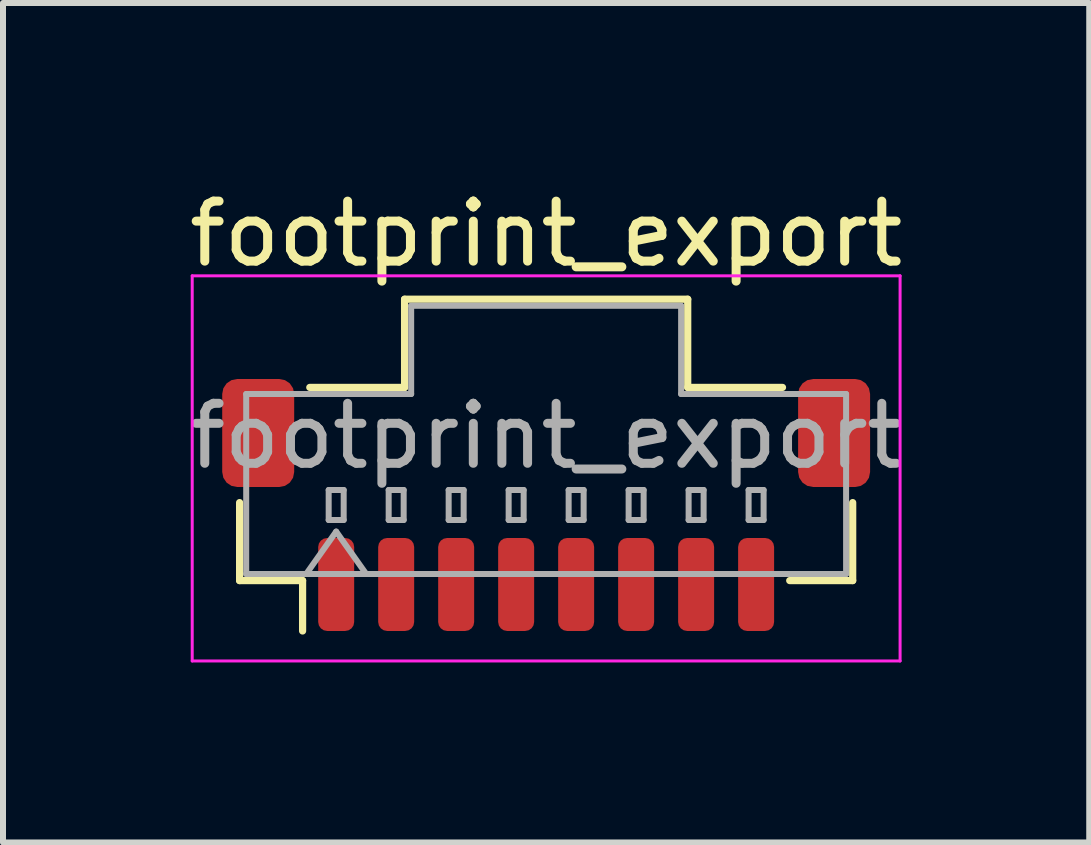
<source format=kicad_pcb>
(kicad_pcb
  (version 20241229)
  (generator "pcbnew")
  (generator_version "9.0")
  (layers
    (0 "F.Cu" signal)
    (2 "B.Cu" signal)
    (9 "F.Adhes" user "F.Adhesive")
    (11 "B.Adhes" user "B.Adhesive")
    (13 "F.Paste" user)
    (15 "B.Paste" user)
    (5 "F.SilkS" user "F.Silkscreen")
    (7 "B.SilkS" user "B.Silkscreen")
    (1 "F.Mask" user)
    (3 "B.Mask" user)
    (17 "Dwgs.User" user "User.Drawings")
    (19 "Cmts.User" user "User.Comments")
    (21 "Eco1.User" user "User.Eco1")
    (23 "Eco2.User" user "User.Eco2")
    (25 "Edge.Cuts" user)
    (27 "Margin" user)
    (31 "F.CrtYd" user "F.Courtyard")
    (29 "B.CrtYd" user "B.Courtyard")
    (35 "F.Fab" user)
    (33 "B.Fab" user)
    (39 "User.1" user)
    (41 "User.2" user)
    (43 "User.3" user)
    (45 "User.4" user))
  (footprint "footprint_export"
    (layer "F.Cu")
    (at 6.054 5.368)
    (property "Reference" "footprint_export" (at 0 -4.52 0) (layer "F.SilkS") (effects (font (size 1 1) (thickness 0.15))))
    (attr smd)
    (fp_line (start -5.11 -0.04) (end -5.11 1.26) (stroke (width 0.12) (type solid)) (layer "F.SilkS"))
    (fp_line (start -5.11 1.26) (end -4.06 1.26) (stroke (width 0.12) (type solid)) (layer "F.SilkS"))
    (fp_line (start -4.06 1.26) (end -4.06 2.1) (stroke (width 0.12) (type solid)) (layer "F.SilkS"))
    (fp_line (start -3.94 -1.96) (end -2.36 -1.96) (stroke (width 0.12) (type solid)) (layer "F.SilkS"))
    (fp_line (start -2.36 -3.43) (end 2.36 -3.43) (stroke (width 0.12) (type solid)) (layer "F.SilkS"))
    (fp_line (start -2.36 -1.96) (end -2.36 -3.43) (stroke (width 0.12) (type solid)) (layer "F.SilkS"))
    (fp_line (start 2.36 -3.43) (end 2.36 -1.96) (stroke (width 0.12) (type solid)) (layer "F.SilkS"))
    (fp_line (start 2.36 -1.96) (end 3.94 -1.96) (stroke (width 0.12) (type solid)) (layer "F.SilkS"))
    (fp_line (start 5.11 -0.04) (end 5.11 1.26) (stroke (width 0.12) (type solid)) (layer "F.SilkS"))
    (fp_line (start 5.11 1.26) (end 4.06 1.26) (stroke (width 0.12) (type solid)) (layer "F.SilkS"))
    (fp_line (start -5.9 -3.82) (end -5.9 2.6) (stroke (width 0.05) (type solid)) (layer "F.CrtYd"))
    (fp_line (start -5.9 2.6) (end 5.9 2.6) (stroke (width 0.05) (type solid)) (layer "F.CrtYd"))
    (fp_line (start 5.9 -3.82) (end -5.9 -3.82) (stroke (width 0.05) (type solid)) (layer "F.CrtYd"))
    (fp_line (start 5.9 2.6) (end 5.9 -3.82) (stroke (width 0.05) (type solid)) (layer "F.CrtYd"))
    (fp_line (start -5 -1.85) (end -2.25 -1.85) (stroke (width 0.1) (type solid)) (layer "F.Fab"))
    (fp_line (start -5 1.15) (end -5 -1.85) (stroke (width 0.1) (type solid)) (layer "F.Fab"))
    (fp_line (start -5 1.15) (end 5 1.15) (stroke (width 0.1) (type solid)) (layer "F.Fab"))
    (fp_line (start -4 1.15) (end -3.5 0.443) (stroke (width 0.1) (type solid)) (layer "F.Fab"))
    (fp_line (start -3.625 -0.25) (end -3.625 0.25) (stroke (width 0.1) (type solid)) (layer "F.Fab"))
    (fp_line (start -3.625 0.25) (end -3.375 0.25) (stroke (width 0.1) (type solid)) (layer "F.Fab"))
    (fp_line (start -3.5 0.443) (end -3 1.15) (stroke (width 0.1) (type solid)) (layer "F.Fab"))
    (fp_line (start -3.375 -0.25) (end -3.625 -0.25) (stroke (width 0.1) (type solid)) (layer "F.Fab"))
    (fp_line (start -3.375 0.25) (end -3.375 -0.25) (stroke (width 0.1) (type solid)) (layer "F.Fab"))
    (fp_line (start -2.625 -0.25) (end -2.625 0.25) (stroke (width 0.1) (type solid)) (layer "F.Fab"))
    (fp_line (start -2.625 0.25) (end -2.375 0.25) (stroke (width 0.1) (type solid)) (layer "F.Fab"))
    (fp_line (start -2.375 -0.25) (end -2.625 -0.25) (stroke (width 0.1) (type solid)) (layer "F.Fab"))
    (fp_line (start -2.375 0.25) (end -2.375 -0.25) (stroke (width 0.1) (type solid)) (layer "F.Fab"))
    (fp_line (start -2.25 -3.32) (end 2.25 -3.32) (stroke (width 0.1) (type solid)) (layer "F.Fab"))
    (fp_line (start -2.25 -1.85) (end -2.25 -3.32) (stroke (width 0.1) (type solid)) (layer "F.Fab"))
    (fp_line (start -1.625 -0.25) (end -1.625 0.25) (stroke (width 0.1) (type solid)) (layer "F.Fab"))
    (fp_line (start -1.625 0.25) (end -1.375 0.25) (stroke (width 0.1) (type solid)) (layer "F.Fab"))
    (fp_line (start -1.375 -0.25) (end -1.625 -0.25) (stroke (width 0.1) (type solid)) (layer "F.Fab"))
    (fp_line (start -1.375 0.25) (end -1.375 -0.25) (stroke (width 0.1) (type solid)) (layer "F.Fab"))
    (fp_line (start -0.625 -0.25) (end -0.625 0.25) (stroke (width 0.1) (type solid)) (layer "F.Fab"))
    (fp_line (start -0.625 0.25) (end -0.375 0.25) (stroke (width 0.1) (type solid)) (layer "F.Fab"))
    (fp_line (start -0.375 -0.25) (end -0.625 -0.25) (stroke (width 0.1) (type solid)) (layer "F.Fab"))
    (fp_line (start -0.375 0.25) (end -0.375 -0.25) (stroke (width 0.1) (type solid)) (layer "F.Fab"))
    (fp_line (start 0.375 -0.25) (end 0.375 0.25) (stroke (width 0.1) (type solid)) (layer "F.Fab"))
    (fp_line (start 0.375 0.25) (end 0.625 0.25) (stroke (width 0.1) (type solid)) (layer "F.Fab"))
    (fp_line (start 0.625 -0.25) (end 0.375 -0.25) (stroke (width 0.1) (type solid)) (layer "F.Fab"))
    (fp_line (start 0.625 0.25) (end 0.625 -0.25) (stroke (width 0.1) (type solid)) (layer "F.Fab"))
    (fp_line (start 1.375 -0.25) (end 1.375 0.25) (stroke (width 0.1) (type solid)) (layer "F.Fab"))
    (fp_line (start 1.375 0.25) (end 1.625 0.25) (stroke (width 0.1) (type solid)) (layer "F.Fab"))
    (fp_line (start 1.625 -0.25) (end 1.375 -0.25) (stroke (width 0.1) (type solid)) (layer "F.Fab"))
    (fp_line (start 1.625 0.25) (end 1.625 -0.25) (stroke (width 0.1) (type solid)) (layer "F.Fab"))
    (fp_line (start 2.25 -3.32) (end 2.25 -1.85) (stroke (width 0.1) (type solid)) (layer "F.Fab"))
    (fp_line (start 2.25 -1.85) (end 5 -1.85) (stroke (width 0.1) (type solid)) (layer "F.Fab"))
    (fp_line (start 2.375 -0.25) (end 2.375 0.25) (stroke (width 0.1) (type solid)) (layer "F.Fab"))
    (fp_line (start 2.375 0.25) (end 2.625 0.25) (stroke (width 0.1) (type solid)) (layer "F.Fab"))
    (fp_line (start 2.625 -0.25) (end 2.375 -0.25) (stroke (width 0.1) (type solid)) (layer "F.Fab"))
    (fp_line (start 2.625 0.25) (end 2.625 -0.25) (stroke (width 0.1) (type solid)) (layer "F.Fab"))
    (fp_line (start 3.375 -0.25) (end 3.375 0.25) (stroke (width 0.1) (type solid)) (layer "F.Fab"))
    (fp_line (start 3.375 0.25) (end 3.625 0.25) (stroke (width 0.1) (type solid)) (layer "F.Fab"))
    (fp_line (start 3.625 -0.25) (end 3.375 -0.25) (stroke (width 0.1) (type solid)) (layer "F.Fab"))
    (fp_line (start 3.625 0.25) (end 3.625 -0.25) (stroke (width 0.1) (type solid)) (layer "F.Fab"))
    (fp_line (start 5 1.15) (end 5 -1.85) (stroke (width 0.1) (type solid)) (layer "F.Fab"))
    (fp_text user "${REFERENCE}" (at 0 -1.15 0) (layer "F.Fab") (effects (font (size 1 1) (thickness 0.15))))
    (pad "1" smd roundrect (at -3.5 1.325) (size 0.6 1.55) (layers "F.Cu" "F.Mask" "F.Paste") (roundrect_rratio 0.25))
    (pad "2" smd roundrect (at -2.5 1.325) (size 0.6 1.55) (layers "F.Cu" "F.Mask" "F.Paste") (roundrect_rratio 0.25))
    (pad "3" smd roundrect (at -1.5 1.325) (size 0.6 1.55) (layers "F.Cu" "F.Mask" "F.Paste") (roundrect_rratio 0.25))
    (pad "4" smd roundrect (at -0.5 1.325) (size 0.6 1.55) (layers "F.Cu" "F.Mask" "F.Paste") (roundrect_rratio 0.25))
    (pad "5" smd roundrect (at 0.5 1.325) (size 0.6 1.55) (layers "F.Cu" "F.Mask" "F.Paste") (roundrect_rratio 0.25))
    (pad "6" smd roundrect (at 1.5 1.325) (size 0.6 1.55) (layers "F.Cu" "F.Mask" "F.Paste") (roundrect_rratio 0.25))
    (pad "7" smd roundrect (at 2.5 1.325) (size 0.6 1.55) (layers "F.Cu" "F.Mask" "F.Paste") (roundrect_rratio 0.25))
    (pad "8" smd roundrect (at 3.5 1.325) (size 0.6 1.55) (layers "F.Cu" "F.Mask" "F.Paste") (roundrect_rratio 0.25))
    (pad "MP" smd roundrect (at -4.8 -1.2) (size 1.2 1.8) (layers "F.Cu" "F.Mask" "F.Paste") (roundrect_rratio 0.208))
    (pad "MP" smd roundrect (at 4.8 -1.2) (size 1.2 1.8) (layers "F.Cu" "F.Mask" "F.Paste") (roundrect_rratio 0.208)))
  (gr_rect
    (start -3 -3)
    (end 15.107 10.993)
    (stroke (width 0.1) (type default))
    (fill no)
    (layer "Edge.Cuts")))
</source>
